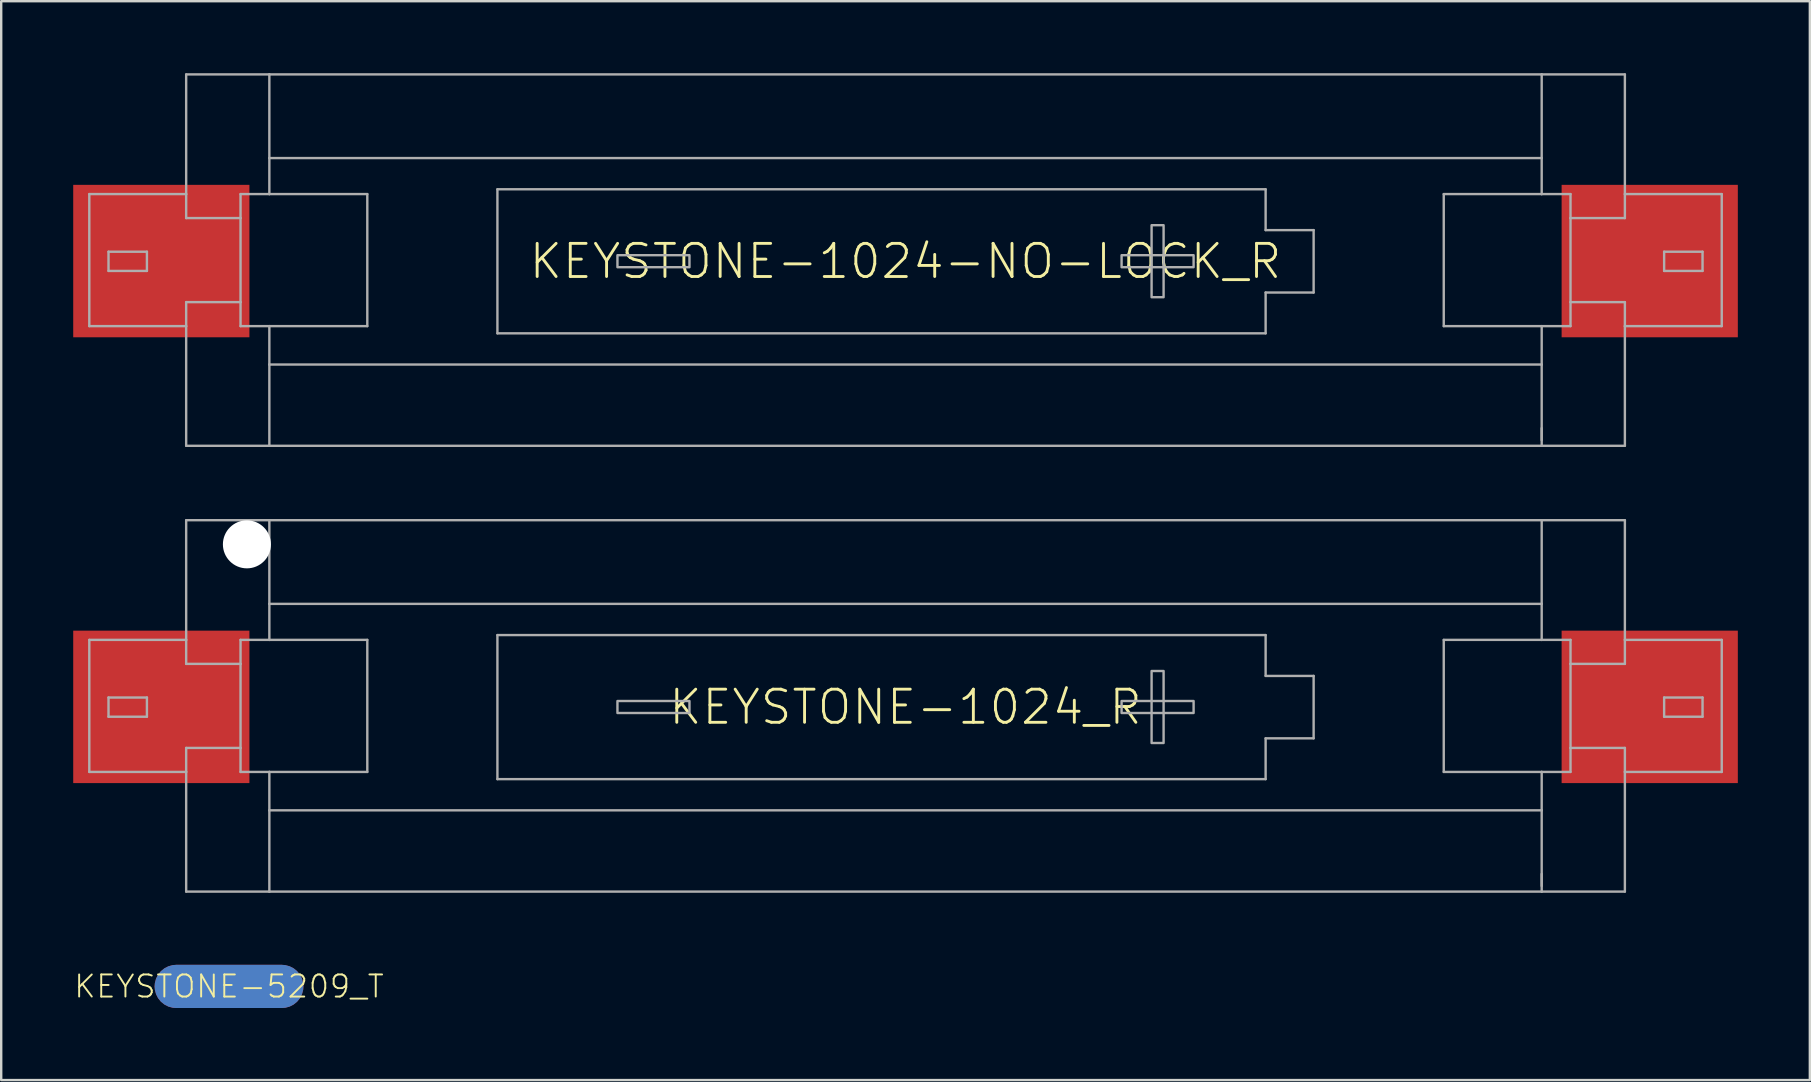
<source format=kicad_pcb>
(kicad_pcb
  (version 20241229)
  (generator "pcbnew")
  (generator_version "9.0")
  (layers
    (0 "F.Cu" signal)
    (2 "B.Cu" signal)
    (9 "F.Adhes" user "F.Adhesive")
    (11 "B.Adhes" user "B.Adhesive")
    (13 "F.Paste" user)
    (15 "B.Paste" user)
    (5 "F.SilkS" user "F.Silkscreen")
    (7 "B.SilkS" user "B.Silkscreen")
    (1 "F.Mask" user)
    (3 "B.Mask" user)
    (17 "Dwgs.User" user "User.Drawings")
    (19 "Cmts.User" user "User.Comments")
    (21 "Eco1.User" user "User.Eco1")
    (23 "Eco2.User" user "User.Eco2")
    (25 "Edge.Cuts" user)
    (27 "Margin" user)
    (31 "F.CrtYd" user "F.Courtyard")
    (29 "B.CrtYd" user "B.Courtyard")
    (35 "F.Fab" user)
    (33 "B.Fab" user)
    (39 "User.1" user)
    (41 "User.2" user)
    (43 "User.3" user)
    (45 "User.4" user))
  (footprint "KEYSTONE-1024_R"
    (layer "F.Cu")
    (at 34.67 26.355)
    (property "Reference" "KEYSTONE-1024_R" (at 0 0.05 0) (unlocked yes) (layer "F.SilkS") (effects (font (size 1.38 1.38) (thickness 0.12))))
    (fp_line (start -34 -2.75) (end -34 2.75) (stroke (width 0.1) (type solid)) (layer "F.Fab"))
    (fp_line (start -34 2.75) (end -29.965 2.75) (stroke (width 0.1) (type solid)) (layer "F.Fab"))
    (fp_line (start -33.2 -0.35) (end -31.6 -0.35) (stroke (width 0.1) (type solid)) (layer "F.Fab"))
    (fp_line (start -33.2 0.45) (end -33.2 -0.35) (stroke (width 0.1) (type solid)) (layer "F.Fab"))
    (fp_line (start -31.6 -0.35) (end -31.6 0.45) (stroke (width 0.1) (type solid)) (layer "F.Fab"))
    (fp_line (start -31.6 0.45) (end -33.2 0.45) (stroke (width 0.1) (type solid)) (layer "F.Fab"))
    (fp_line (start -29.965 -7.735) (end -26.5 -7.735) (stroke (width 0.1) (type solid)) (layer "F.Fab"))
    (fp_line (start -29.965 -2.75) (end -34 -2.75) (stroke (width 0.1) (type solid)) (layer "F.Fab"))
    (fp_line (start -29.965 -2.75) (end -29.965 -7.735) (stroke (width 0.1) (type solid)) (layer "F.Fab"))
    (fp_line (start -29.965 -2.75) (end -29.965 -1.75) (stroke (width 0.1) (type solid)) (layer "F.Fab"))
    (fp_line (start -29.965 -1.75) (end -27.7 -1.75) (stroke (width 0.1) (type solid)) (layer "F.Fab"))
    (fp_line (start -29.965 1.75) (end -27.7 1.75) (stroke (width 0.1) (type solid)) (layer "F.Fab"))
    (fp_line (start -29.965 2.75) (end -29.965 1.75) (stroke (width 0.1) (type solid)) (layer "F.Fab"))
    (fp_line (start -29.965 7.735) (end -29.965 2.75) (stroke (width 0.1) (type solid)) (layer "F.Fab"))
    (fp_line (start -27.7 -1.75) (end -27.7 -2.75) (stroke (width 0.1) (type solid)) (layer "F.Fab"))
    (fp_line (start -27.7 -1.75) (end -27.7 1.75) (stroke (width 0.1) (type solid)) (layer "F.Fab"))
    (fp_line (start -27.7 1.75) (end -27.7 2.75) (stroke (width 0.1) (type solid)) (layer "F.Fab"))
    (fp_line (start -27.7 2.75) (end -26.5 2.75) (stroke (width 0.1) (type solid)) (layer "F.Fab"))
    (fp_line (start -26.5 -7.735) (end 26.5 -7.735) (stroke (width 0.1) (type solid)) (layer "F.Fab"))
    (fp_line (start -26.5 -4.25) (end -26.5 -7.735) (stroke (width 0.1) (type solid)) (layer "F.Fab"))
    (fp_line (start -26.5 -4.25) (end -26.5 -2.75) (stroke (width 0.1) (type solid)) (layer "F.Fab"))
    (fp_line (start -26.5 -4.25) (end 26.5 -4.25) (stroke (width 0.1) (type solid)) (layer "F.Fab"))
    (fp_line (start -26.5 -2.75) (end -27.7 -2.75) (stroke (width 0.1) (type solid)) (layer "F.Fab"))
    (fp_line (start -26.5 2.75) (end -22.42 2.75) (stroke (width 0.1) (type solid)) (layer "F.Fab"))
    (fp_line (start -26.5 4.35) (end -26.5 2.75) (stroke (width 0.1) (type solid)) (layer "F.Fab"))
    (fp_line (start -26.5 4.35) (end 26.5 4.35) (stroke (width 0.1) (type solid)) (layer "F.Fab"))
    (fp_line (start -26.5 7.735) (end -29.965 7.735) (stroke (width 0.1) (type solid)) (layer "F.Fab"))
    (fp_line (start -26.5 7.735) (end -26.5 4.35) (stroke (width 0.1) (type solid)) (layer "F.Fab"))
    (fp_line (start -22.42 -2.75) (end -26.5 -2.75) (stroke (width 0.1) (type solid)) (layer "F.Fab"))
    (fp_line (start -22.42 2.75) (end -22.42 -2.75) (stroke (width 0.1) (type solid)) (layer "F.Fab"))
    (fp_line (start -17 -2.95) (end -17 3.05) (stroke (width 0.1) (type solid)) (layer "F.Fab"))
    (fp_line (start -17 -2.95) (end 15 -2.95) (stroke (width 0.1) (type solid)) (layer "F.Fab"))
    (fp_line (start -17 3.05) (end 15 3.05) (stroke (width 0.1) (type solid)) (layer "F.Fab"))
    (fp_line (start 15 -2.95) (end 15 -1.25) (stroke (width 0.1) (type solid)) (layer "F.Fab"))
    (fp_line (start 15 1.35) (end 17 1.35) (stroke (width 0.1) (type solid)) (layer "F.Fab"))
    (fp_line (start 15 3.05) (end 15 1.35) (stroke (width 0.1) (type solid)) (layer "F.Fab"))
    (fp_line (start 17 -1.25) (end 15 -1.25) (stroke (width 0.1) (type solid)) (layer "F.Fab"))
    (fp_line (start 17 1.35) (end 17 -1.25) (stroke (width 0.1) (type solid)) (layer "F.Fab"))
    (fp_line (start 22.42 -2.75) (end 22.42 2.75) (stroke (width 0.1) (type solid)) (layer "F.Fab"))
    (fp_line (start 22.42 2.75) (end 26.5 2.75) (stroke (width 0.1) (type solid)) (layer "F.Fab"))
    (fp_line (start 26.5 -7.735) (end 26.5 -4.25) (stroke (width 0.1) (type solid)) (layer "F.Fab"))
    (fp_line (start 26.5 -7.735) (end 29.965 -7.735) (stroke (width 0.1) (type solid)) (layer "F.Fab"))
    (fp_line (start 26.5 -4.25) (end 26.5 -2.75) (stroke (width 0.1) (type solid)) (layer "F.Fab"))
    (fp_line (start 26.5 -2.75) (end 22.42 -2.75) (stroke (width 0.1) (type solid)) (layer "F.Fab"))
    (fp_line (start 26.5 2.75) (end 27.7 2.75) (stroke (width 0.1) (type solid)) (layer "F.Fab"))
    (fp_line (start 26.5 4.35) (end 26.5 2.75) (stroke (width 0.1) (type solid)) (layer "F.Fab"))
    (fp_line (start 26.5 4.35) (end 26.5 7.735) (stroke (width 0.1) (type solid)) (layer "F.Fab"))
    (fp_line (start 26.5 7) (end 26.5 7.5) (stroke (width 0.1) (type solid)) (layer "F.Fab"))
    (fp_line (start 26.5 7.735) (end -26.5 7.735) (stroke (width 0.1) (type solid)) (layer "F.Fab"))
    (fp_line (start 27.7 -2.75) (end 26.5 -2.75) (stroke (width 0.1) (type solid)) (layer "F.Fab"))
    (fp_line (start 27.7 -1.75) (end 27.7 -2.75) (stroke (width 0.1) (type solid)) (layer "F.Fab"))
    (fp_line (start 27.7 -1.75) (end 27.7 1.75) (stroke (width 0.1) (type solid)) (layer "F.Fab"))
    (fp_line (start 27.7 1.75) (end 27.7 2.75) (stroke (width 0.1) (type solid)) (layer "F.Fab"))
    (fp_line (start 29.965 -7.735) (end 29.965 -2.75) (stroke (width 0.1) (type solid)) (layer "F.Fab"))
    (fp_line (start 29.965 -2.75) (end 29.965 -1.75) (stroke (width 0.1) (type solid)) (layer "F.Fab"))
    (fp_line (start 29.965 -1.75) (end 27.7 -1.75) (stroke (width 0.1) (type solid)) (layer "F.Fab"))
    (fp_line (start 29.965 1.75) (end 27.7 1.75) (stroke (width 0.1) (type solid)) (layer "F.Fab"))
    (fp_line (start 29.965 2.75) (end 29.965 1.75) (stroke (width 0.1) (type solid)) (layer "F.Fab"))
    (fp_line (start 29.965 2.75) (end 29.965 7.735) (stroke (width 0.1) (type solid)) (layer "F.Fab"))
    (fp_line (start 29.965 2.75) (end 34 2.75) (stroke (width 0.1) (type solid)) (layer "F.Fab"))
    (fp_line (start 29.965 7.735) (end 26.5 7.735) (stroke (width 0.1) (type solid)) (layer "F.Fab"))
    (fp_line (start 31.6 -0.35) (end 33.2 -0.35) (stroke (width 0.1) (type solid)) (layer "F.Fab"))
    (fp_line (start 31.6 0.45) (end 31.6 -0.35) (stroke (width 0.1) (type solid)) (layer "F.Fab"))
    (fp_line (start 33.2 -0.35) (end 33.2 0.45) (stroke (width 0.1) (type solid)) (layer "F.Fab"))
    (fp_line (start 33.2 0.45) (end 31.6 0.45) (stroke (width 0.1) (type solid)) (layer "F.Fab"))
    (fp_line (start 34 -2.75) (end 29.965 -2.75) (stroke (width 0.1) (type solid)) (layer "F.Fab"))
    (fp_line (start 34 2.75) (end 34 -2.75) (stroke (width 0.1) (type solid)) (layer "F.Fab"))
    (fp_poly (pts (xy -9 -0.204) (xy -12 -0.204) (xy -12 0.296) (xy -9 0.296)) (stroke (width 0.1) (type default)) (fill no) (layer "F.Fab"))
    (fp_poly (pts (xy 10.75 -1.454) (xy 10.25 -1.454) (xy 10.25 1.546) (xy 10.75 1.546)) (stroke (width 0.1) (type default)) (fill no) (layer "F.Fab"))
    (fp_poly (pts (xy 12 -0.204) (xy 9 -0.204) (xy 9 0.296) (xy 12 0.296)) (stroke (width 0.1) (type default)) (fill no) (layer "F.Fab"))
    (pad "" np_thru_hole circle (at -27.435 -6.73) (size 2 2) (drill 2) (layers "*.Cu" "*.Mask"))
    (pad "M" smd rect (at -31 0.04 270) (size 6.35 7.34) (layers "F.Cu" "F.Mask" "F.Paste"))
    (pad "P" smd rect (at 31 0.04 270) (size 6.35 7.34) (layers "F.Cu" "F.Mask" "F.Paste")))
  (footprint "KEYSTONE-1024-NO-LOCK_R"
    (layer "F.Cu")
    (at 34.67 7.785)
    (property "Reference" "KEYSTONE-1024-NO-LOCK_R" (at 0 0.05 0) (unlocked yes) (layer "F.SilkS") (effects (font (size 1.38 1.38) (thickness 0.12))))
    (fp_line (start -34 -2.75) (end -34 2.75) (stroke (width 0.1) (type solid)) (layer "F.Fab"))
    (fp_line (start -34 2.75) (end -29.965 2.75) (stroke (width 0.1) (type solid)) (layer "F.Fab"))
    (fp_line (start -33.2 -0.35) (end -31.6 -0.35) (stroke (width 0.1) (type solid)) (layer "F.Fab"))
    (fp_line (start -33.2 0.45) (end -33.2 -0.35) (stroke (width 0.1) (type solid)) (layer "F.Fab"))
    (fp_line (start -31.6 -0.35) (end -31.6 0.45) (stroke (width 0.1) (type solid)) (layer "F.Fab"))
    (fp_line (start -31.6 0.45) (end -33.2 0.45) (stroke (width 0.1) (type solid)) (layer "F.Fab"))
    (fp_line (start -29.965 -7.735) (end -26.5 -7.735) (stroke (width 0.1) (type solid)) (layer "F.Fab"))
    (fp_line (start -29.965 -2.75) (end -34 -2.75) (stroke (width 0.1) (type solid)) (layer "F.Fab"))
    (fp_line (start -29.965 -2.75) (end -29.965 -7.735) (stroke (width 0.1) (type solid)) (layer "F.Fab"))
    (fp_line (start -29.965 -2.75) (end -29.965 -1.75) (stroke (width 0.1) (type solid)) (layer "F.Fab"))
    (fp_line (start -29.965 -1.75) (end -27.7 -1.75) (stroke (width 0.1) (type solid)) (layer "F.Fab"))
    (fp_line (start -29.965 1.75) (end -27.7 1.75) (stroke (width 0.1) (type solid)) (layer "F.Fab"))
    (fp_line (start -29.965 2.75) (end -29.965 1.75) (stroke (width 0.1) (type solid)) (layer "F.Fab"))
    (fp_line (start -29.965 7.735) (end -29.965 2.75) (stroke (width 0.1) (type solid)) (layer "F.Fab"))
    (fp_line (start -27.7 -1.75) (end -27.7 -2.75) (stroke (width 0.1) (type solid)) (layer "F.Fab"))
    (fp_line (start -27.7 -1.75) (end -27.7 1.75) (stroke (width 0.1) (type solid)) (layer "F.Fab"))
    (fp_line (start -27.7 1.75) (end -27.7 2.75) (stroke (width 0.1) (type solid)) (layer "F.Fab"))
    (fp_line (start -27.7 2.75) (end -26.5 2.75) (stroke (width 0.1) (type solid)) (layer "F.Fab"))
    (fp_line (start -26.5 -7.735) (end 26.5 -7.735) (stroke (width 0.1) (type solid)) (layer "F.Fab"))
    (fp_line (start -26.5 -4.25) (end -26.5 -7.735) (stroke (width 0.1) (type solid)) (layer "F.Fab"))
    (fp_line (start -26.5 -4.25) (end -26.5 -2.75) (stroke (width 0.1) (type solid)) (layer "F.Fab"))
    (fp_line (start -26.5 -4.25) (end 26.5 -4.25) (stroke (width 0.1) (type solid)) (layer "F.Fab"))
    (fp_line (start -26.5 -2.75) (end -27.7 -2.75) (stroke (width 0.1) (type solid)) (layer "F.Fab"))
    (fp_line (start -26.5 2.75) (end -22.42 2.75) (stroke (width 0.1) (type solid)) (layer "F.Fab"))
    (fp_line (start -26.5 4.35) (end -26.5 2.75) (stroke (width 0.1) (type solid)) (layer "F.Fab"))
    (fp_line (start -26.5 4.35) (end 26.5 4.35) (stroke (width 0.1) (type solid)) (layer "F.Fab"))
    (fp_line (start -26.5 7.735) (end -29.965 7.735) (stroke (width 0.1) (type solid)) (layer "F.Fab"))
    (fp_line (start -26.5 7.735) (end -26.5 4.35) (stroke (width 0.1) (type solid)) (layer "F.Fab"))
    (fp_line (start -22.42 -2.75) (end -26.5 -2.75) (stroke (width 0.1) (type solid)) (layer "F.Fab"))
    (fp_line (start -22.42 2.75) (end -22.42 -2.75) (stroke (width 0.1) (type solid)) (layer "F.Fab"))
    (fp_line (start -17 -2.95) (end -17 3.05) (stroke (width 0.1) (type solid)) (layer "F.Fab"))
    (fp_line (start -17 -2.95) (end 15 -2.95) (stroke (width 0.1) (type solid)) (layer "F.Fab"))
    (fp_line (start -17 3.05) (end 15 3.05) (stroke (width 0.1) (type solid)) (layer "F.Fab"))
    (fp_line (start 15 -2.95) (end 15 -1.25) (stroke (width 0.1) (type solid)) (layer "F.Fab"))
    (fp_line (start 15 1.35) (end 17 1.35) (stroke (width 0.1) (type solid)) (layer "F.Fab"))
    (fp_line (start 15 3.05) (end 15 1.35) (stroke (width 0.1) (type solid)) (layer "F.Fab"))
    (fp_line (start 17 -1.25) (end 15 -1.25) (stroke (width 0.1) (type solid)) (layer "F.Fab"))
    (fp_line (start 17 1.35) (end 17 -1.25) (stroke (width 0.1) (type solid)) (layer "F.Fab"))
    (fp_line (start 22.42 -2.75) (end 22.42 2.75) (stroke (width 0.1) (type solid)) (layer "F.Fab"))
    (fp_line (start 22.42 2.75) (end 26.5 2.75) (stroke (width 0.1) (type solid)) (layer "F.Fab"))
    (fp_line (start 26.5 -7.735) (end 26.5 -4.25) (stroke (width 0.1) (type solid)) (layer "F.Fab"))
    (fp_line (start 26.5 -7.735) (end 29.965 -7.735) (stroke (width 0.1) (type solid)) (layer "F.Fab"))
    (fp_line (start 26.5 -4.25) (end 26.5 -2.75) (stroke (width 0.1) (type solid)) (layer "F.Fab"))
    (fp_line (start 26.5 -2.75) (end 22.42 -2.75) (stroke (width 0.1) (type solid)) (layer "F.Fab"))
    (fp_line (start 26.5 2.75) (end 27.7 2.75) (stroke (width 0.1) (type solid)) (layer "F.Fab"))
    (fp_line (start 26.5 4.35) (end 26.5 2.75) (stroke (width 0.1) (type solid)) (layer "F.Fab"))
    (fp_line (start 26.5 4.35) (end 26.5 7.735) (stroke (width 0.1) (type solid)) (layer "F.Fab"))
    (fp_line (start 26.5 7) (end 26.5 7.5) (stroke (width 0.1) (type solid)) (layer "F.Fab"))
    (fp_line (start 26.5 7.735) (end -26.5 7.735) (stroke (width 0.1) (type solid)) (layer "F.Fab"))
    (fp_line (start 27.7 -2.75) (end 26.5 -2.75) (stroke (width 0.1) (type solid)) (layer "F.Fab"))
    (fp_line (start 27.7 -1.75) (end 27.7 -2.75) (stroke (width 0.1) (type solid)) (layer "F.Fab"))
    (fp_line (start 27.7 -1.75) (end 27.7 1.75) (stroke (width 0.1) (type solid)) (layer "F.Fab"))
    (fp_line (start 27.7 1.75) (end 27.7 2.75) (stroke (width 0.1) (type solid)) (layer "F.Fab"))
    (fp_line (start 29.965 -7.735) (end 29.965 -2.75) (stroke (width 0.1) (type solid)) (layer "F.Fab"))
    (fp_line (start 29.965 -2.75) (end 29.965 -1.75) (stroke (width 0.1) (type solid)) (layer "F.Fab"))
    (fp_line (start 29.965 -1.75) (end 27.7 -1.75) (stroke (width 0.1) (type solid)) (layer "F.Fab"))
    (fp_line (start 29.965 1.75) (end 27.7 1.75) (stroke (width 0.1) (type solid)) (layer "F.Fab"))
    (fp_line (start 29.965 2.75) (end 29.965 1.75) (stroke (width 0.1) (type solid)) (layer "F.Fab"))
    (fp_line (start 29.965 2.75) (end 29.965 7.735) (stroke (width 0.1) (type solid)) (layer "F.Fab"))
    (fp_line (start 29.965 2.75) (end 34 2.75) (stroke (width 0.1) (type solid)) (layer "F.Fab"))
    (fp_line (start 29.965 7.735) (end 26.5 7.735) (stroke (width 0.1) (type solid)) (layer "F.Fab"))
    (fp_line (start 31.6 -0.35) (end 33.2 -0.35) (stroke (width 0.1) (type solid)) (layer "F.Fab"))
    (fp_line (start 31.6 0.45) (end 31.6 -0.35) (stroke (width 0.1) (type solid)) (layer "F.Fab"))
    (fp_line (start 33.2 -0.35) (end 33.2 0.45) (stroke (width 0.1) (type solid)) (layer "F.Fab"))
    (fp_line (start 33.2 0.45) (end 31.6 0.45) (stroke (width 0.1) (type solid)) (layer "F.Fab"))
    (fp_line (start 34 -2.75) (end 29.965 -2.75) (stroke (width 0.1) (type solid)) (layer "F.Fab"))
    (fp_line (start 34 2.75) (end 34 -2.75) (stroke (width 0.1) (type solid)) (layer "F.Fab"))
    (fp_poly (pts (xy -9 -0.204) (xy -12 -0.204) (xy -12 0.296) (xy -9 0.296)) (stroke (width 0.1) (type default)) (fill no) (layer "F.Fab"))
    (fp_poly (pts (xy 10.75 -1.454) (xy 10.25 -1.454) (xy 10.25 1.546) (xy 10.75 1.546)) (stroke (width 0.1) (type default)) (fill no) (layer "F.Fab"))
    (fp_poly (pts (xy 12 -0.204) (xy 9 -0.204) (xy 9 0.296) (xy 12 0.296)) (stroke (width 0.1) (type default)) (fill no) (layer "F.Fab"))
    (pad "M" smd rect (at -31 0.04 270) (size 6.35 7.34) (layers "F.Cu" "F.Mask" "F.Paste"))
    (pad "P" smd rect (at 31 0.04 270) (size 6.35 7.34) (layers "F.Cu" "F.Mask" "F.Paste")))
  (footprint "KEYSTONE-5209_T"
    (layer "F.Cu")
    (at 6.49 38.04)
    (property "Reference" "KEYSTONE-5209_T" (at 0 0 0) (unlocked yes) (layer "F.SilkS") (effects (font (size 0.92 0.92) (thickness 0.08))))
    (pad "0" smd roundrect (at 0 0 90) (size 1.8 6.2) (layers "F.Cu" "F.Mask") (roundrect_rratio 0.5))
    (pad "1" smd roundrect (at 0 0 90) (size 1.8 6.2) (layers "B.Cu" "B.Mask") (roundrect_rratio 0.5)))
  (gr_rect
    (start -3 -3)
    (end 72.34 41.94)
    (stroke (width 0.1) (type default))
    (fill no)
    (layer "Edge.Cuts")))
</source>
